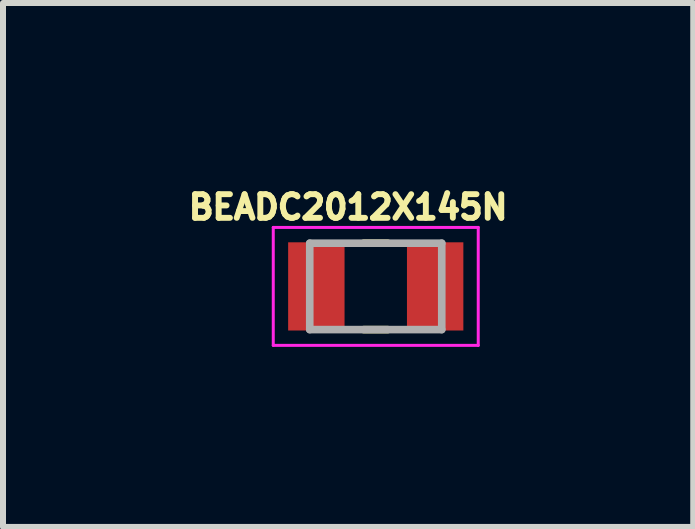
<source format=kicad_pcb>
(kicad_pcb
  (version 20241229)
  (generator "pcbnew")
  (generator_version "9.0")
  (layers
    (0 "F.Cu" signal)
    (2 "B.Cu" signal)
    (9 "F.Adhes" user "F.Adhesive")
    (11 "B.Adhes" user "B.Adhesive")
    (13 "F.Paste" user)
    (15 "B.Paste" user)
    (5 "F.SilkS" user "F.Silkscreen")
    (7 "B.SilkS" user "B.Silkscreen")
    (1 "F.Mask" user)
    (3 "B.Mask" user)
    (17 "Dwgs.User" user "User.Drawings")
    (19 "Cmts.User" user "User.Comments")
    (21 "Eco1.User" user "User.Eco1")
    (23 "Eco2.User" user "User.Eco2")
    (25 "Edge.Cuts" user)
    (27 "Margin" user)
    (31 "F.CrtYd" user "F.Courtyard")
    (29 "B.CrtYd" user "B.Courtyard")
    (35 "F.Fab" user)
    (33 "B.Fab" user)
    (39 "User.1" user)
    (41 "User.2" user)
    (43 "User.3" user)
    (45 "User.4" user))
  (footprint "BEADC2012X145N"
    (layer "F.Cu")
    (at 3.212 1.723)
    (property "Reference" "BEADC2012X145N" (at -0.46 -1.32 0) (layer "F.SilkS") (effects (font (size 0.394 0.394) (thickness 0.15))))
    (attr smd)
    (fp_line (start -0.2 -0.72) (end 0.2 -0.72) (stroke (width 0.127) (type solid)) (layer "F.SilkS"))
    (fp_line (start -0.2 0.72) (end 0.2 0.72) (stroke (width 0.127) (type solid)) (layer "F.SilkS"))
    (fp_line (start -1.708 -0.983) (end 1.708 -0.983) (stroke (width 0.05) (type solid)) (layer "F.CrtYd"))
    (fp_line (start -1.708 0.983) (end -1.708 -0.983) (stroke (width 0.05) (type solid)) (layer "F.CrtYd"))
    (fp_line (start -1.708 0.983) (end 1.708 0.983) (stroke (width 0.05) (type solid)) (layer "F.CrtYd"))
    (fp_line (start 1.708 0.983) (end 1.708 -0.983) (stroke (width 0.05) (type solid)) (layer "F.CrtYd"))
    (fp_line (start -1.1 0.72) (end -1.1 -0.72) (stroke (width 0.127) (type solid)) (layer "F.Fab"))
    (fp_line (start 1.1 -0.72) (end -1.1 -0.72) (stroke (width 0.127) (type solid)) (layer "F.Fab"))
    (fp_line (start 1.1 0.72) (end -1.1 0.72) (stroke (width 0.127) (type solid)) (layer "F.Fab"))
    (fp_line (start 1.1 0.72) (end 1.1 -0.72) (stroke (width 0.127) (type solid)) (layer "F.Fab"))
    (pad "1" smd rect (at -0.99 0) (size 0.94 1.47) (layers "F.Cu" "F.Mask" "F.Paste"))
    (pad "2" smd rect (at 0.99 0) (size 0.94 1.47) (layers "F.Cu" "F.Mask" "F.Paste")))
  (gr_rect
    (start -3 -3)
    (end 8.503 5.731)
    (stroke (width 0.1) (type default))
    (fill no)
    (layer "Edge.Cuts")))
</source>
